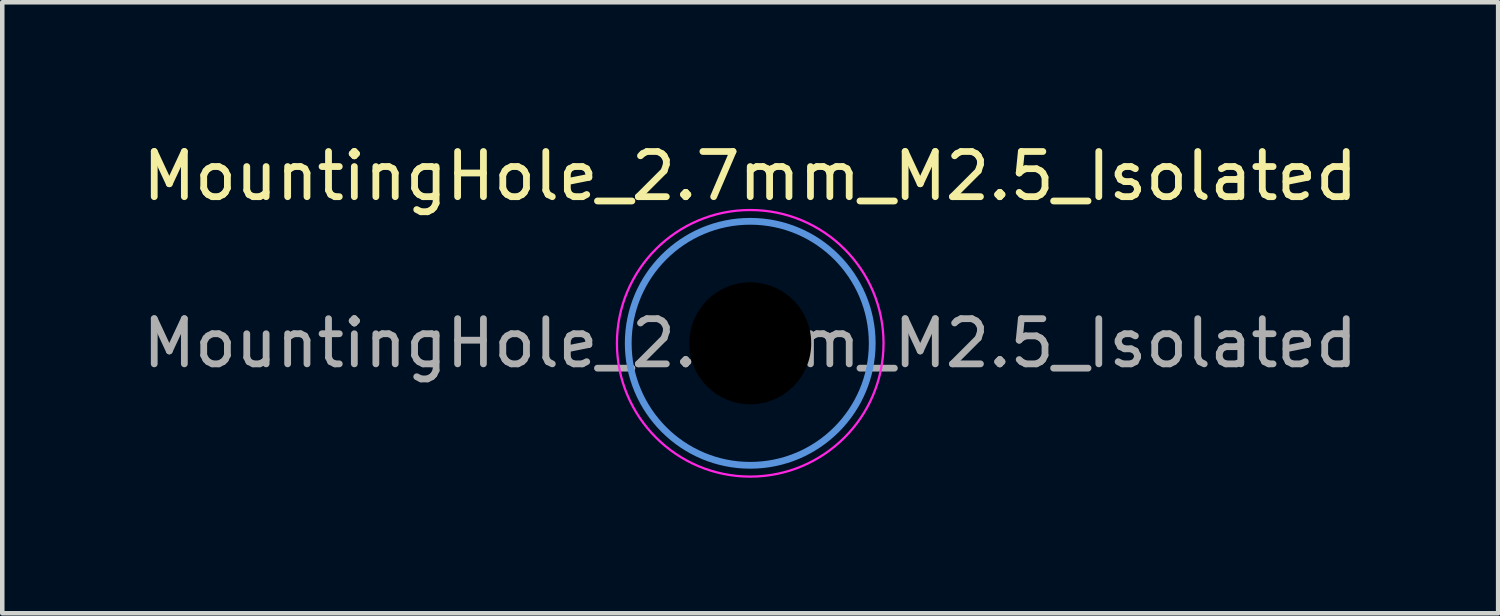
<source format=kicad_pcb>
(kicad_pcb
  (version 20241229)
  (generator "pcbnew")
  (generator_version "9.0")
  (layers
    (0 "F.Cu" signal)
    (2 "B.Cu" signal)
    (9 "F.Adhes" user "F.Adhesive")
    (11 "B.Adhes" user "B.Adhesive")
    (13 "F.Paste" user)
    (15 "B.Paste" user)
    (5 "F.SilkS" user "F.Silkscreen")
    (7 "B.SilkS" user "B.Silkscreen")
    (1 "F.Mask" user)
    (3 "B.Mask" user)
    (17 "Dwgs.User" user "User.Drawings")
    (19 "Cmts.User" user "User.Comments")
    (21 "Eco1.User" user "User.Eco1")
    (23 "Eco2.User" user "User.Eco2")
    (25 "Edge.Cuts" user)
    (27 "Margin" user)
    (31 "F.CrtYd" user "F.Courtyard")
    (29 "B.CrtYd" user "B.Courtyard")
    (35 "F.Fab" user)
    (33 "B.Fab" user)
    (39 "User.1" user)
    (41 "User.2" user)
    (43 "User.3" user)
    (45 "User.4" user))
  (footprint "MountingHole_2.7mm_M2.5_Isolated"
    (layer "F.Cu")
    (at 13.554 4.548)
    (property "Reference" "MountingHole_2.7mm_M2.5_Isolated" (at 0 -3.7 0) (layer "F.SilkS") (effects (font (size 1 1) (thickness 0.15))))
    (attr exclude_from_pos_files exclude_from_bom)
    (fp_circle (center 0 0) (end 2.7 0) (stroke (width 0.15) (type solid)) (fill no) (layer "Cmts.User"))
    (fp_circle (center 0 0) (end 2.95 0) (stroke (width 0.05) (type solid)) (fill no) (layer "F.CrtYd"))
    (fp_text user "${REFERENCE}" (at 0 0 0) (layer "F.Fab") (effects (font (size 1 1) (thickness 0.15))))
    (pad "" np_thru_hole circle (at 0 0) (size 5 5) (drill 2.7) (layers "*.Mask"))
    (zone (net_name "") (layers "F.Cu" "B.Cu") (hatch edge 0.5) (connect_pads) (min_thickness 0.25) (filled_areas_thickness no) (keepout (tracks not_allowed) (vias not_allowed) (pads not_allowed) (copperpour not_allowed) (footprints not_allowed)) (placement (enabled no)) (fill) (polygon (pts (xy 16.254 4.548) (xy 16.234 4.223) (xy 16.175 3.902) (xy 16.078 3.591) (xy 15.944 3.293) (xy 15.776 3.014) (xy 15.575 2.758) (xy 15.344 2.527) (xy 15.087 2.326) (xy 14.808 2.158) (xy 14.511 2.024) (xy 14.2 1.927) (xy 13.879 1.868) (xy 13.554 1.848) (xy 13.228 1.868) (xy 12.907 1.927) (xy 12.596 2.024) (xy 12.299 2.158) (xy 12.02 2.326) (xy 11.763 2.527) (xy 11.533 2.758) (xy 11.332 3.014) (xy 11.163 3.293) (xy 11.029 3.591) (xy 10.932 3.902) (xy 10.873 4.223) (xy 10.854 4.548) (xy 10.873 4.874) (xy 10.932 5.194) (xy 11.029 5.506) (xy 11.163 5.803) (xy 11.332 6.082) (xy 11.533 6.339) (xy 11.763 6.569) (xy 12.02 6.77) (xy 12.299 6.939) (xy 12.596 7.073) (xy 12.907 7.17) (xy 13.228 7.229) (xy 13.554 7.248) (xy 13.879 7.229) (xy 14.2 7.17) (xy 14.511 7.073) (xy 14.808 6.939) (xy 15.087 6.77) (xy 15.344 6.569) (xy 15.575 6.339) (xy 15.776 6.082) (xy 15.944 5.803) (xy 16.078 5.506) (xy 16.175 5.194) (xy 16.234 4.874)))))
  (gr_rect
    (start -3 -3)
    (end 30.107 10.523)
    (stroke (width 0.1) (type default))
    (fill no)
    (layer "Edge.Cuts")))
</source>
